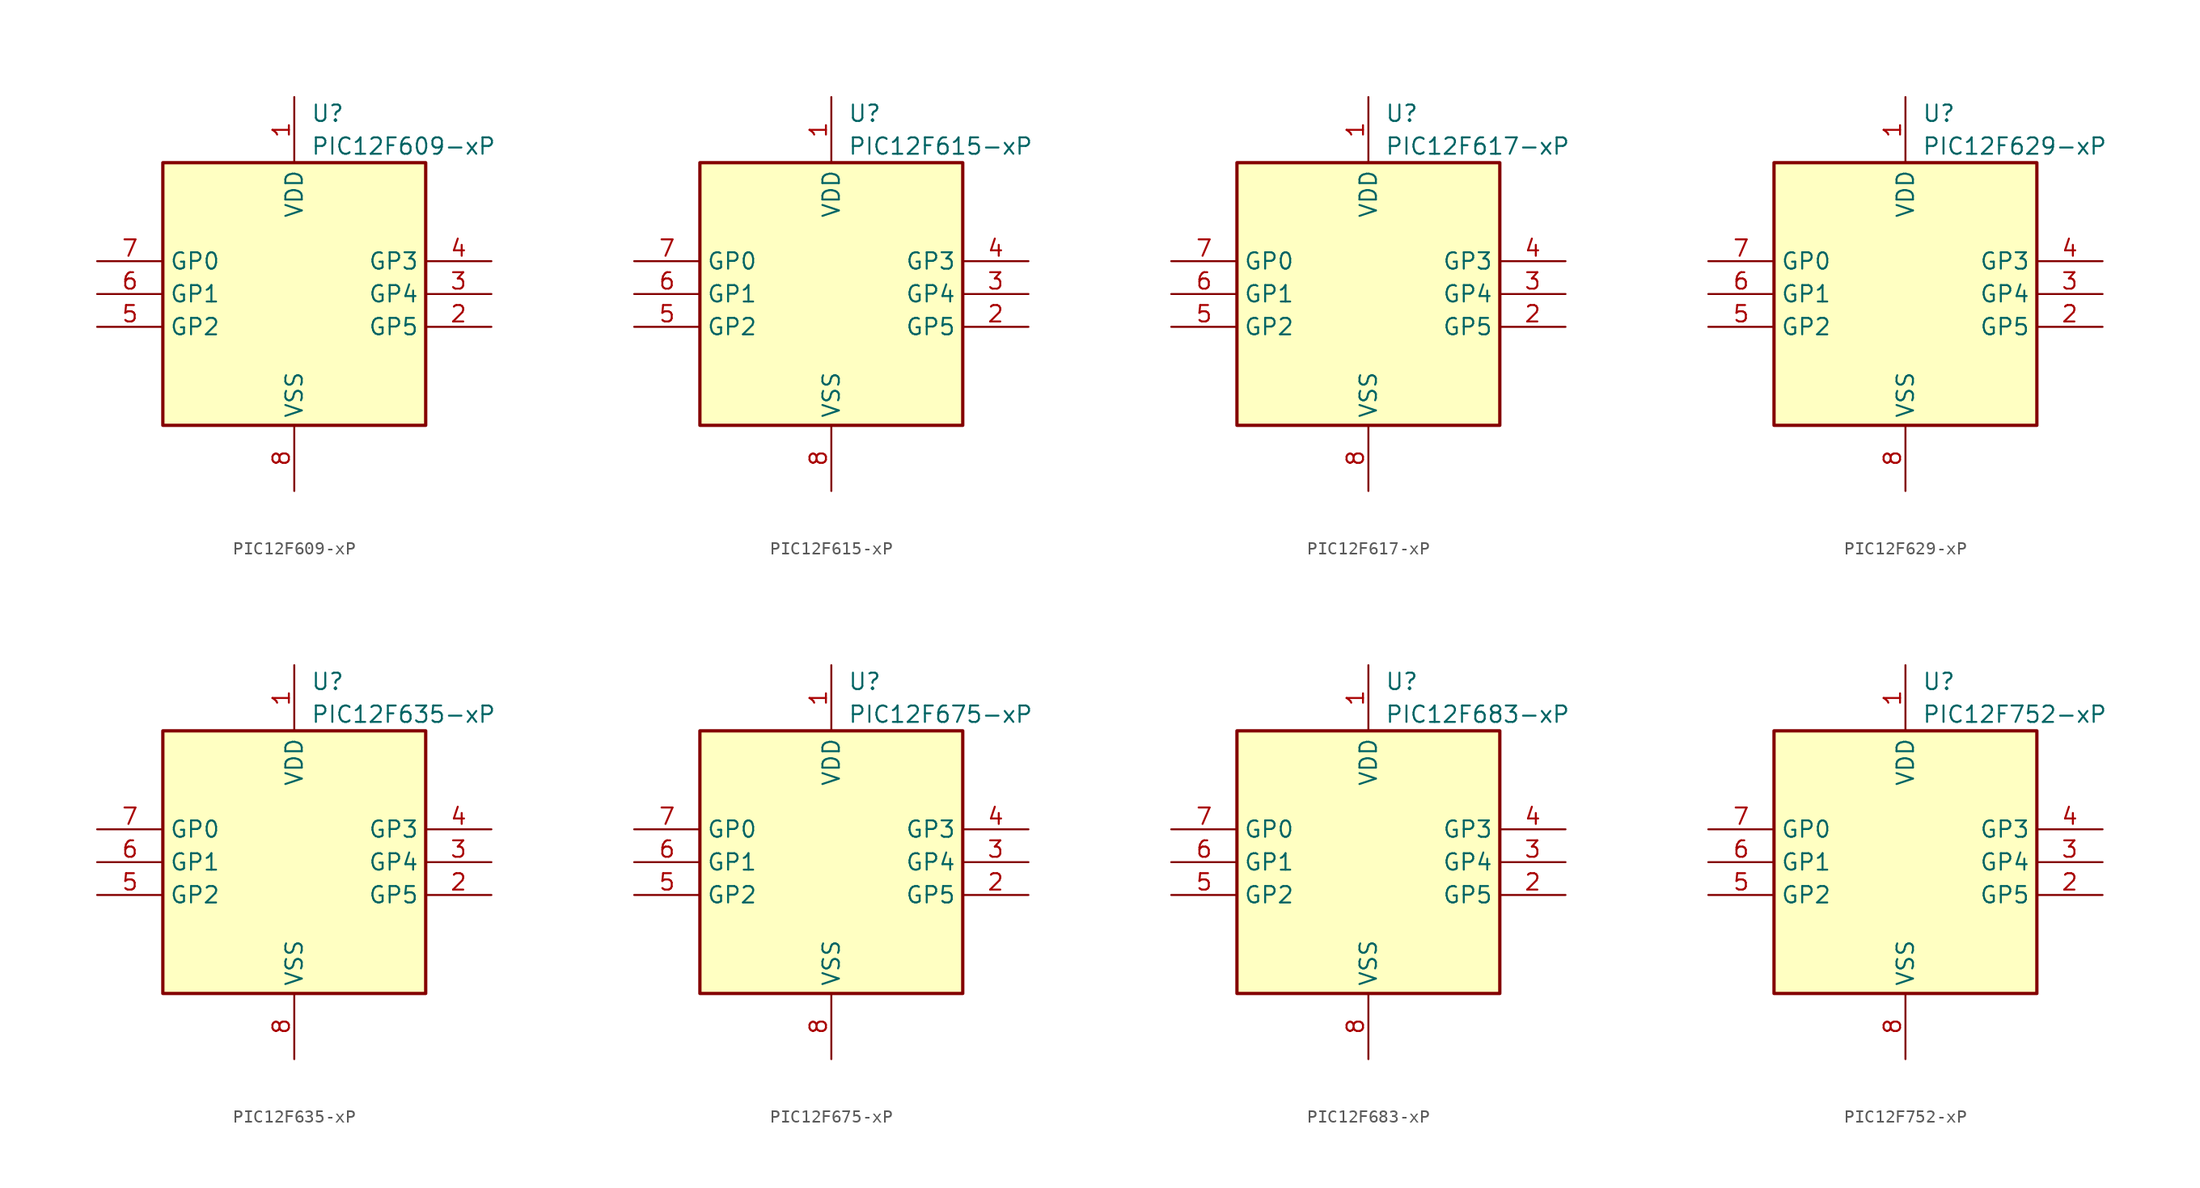
<source format=kicad_sym>
(kicad_symbol_lib
  (version 20231120)
  (generator "kicad_symbol_editor")
  (generator_version "8.0")
  (symbol "PIC12F609-xP"
    (property "Reference" "U"
      (at 1.27 13.97 0)
      (effects (font (size 1.27 1.27)) (justify left)))
    (property "Value" "PIC12F609-xP"
      (at 1.27 11.43 0)
      (effects (font (size 1.27 1.27)) (justify left)))
    (symbol "PIC12F609-xP_0_1"
      (rectangle (start 10.16 -10.16) (end -10.16 10.16) (stroke (width 0.254) (type default)) (fill (type background))))
    (symbol "PIC12F609-xP_1_1"
      (pin power_in line (at 0 15.24 270) (length 5.08) (name "VDD" (effects (font (size 1.27 1.27)))) (number "1" (effects (font (size 1.27 1.27)))))
      (pin bidirectional line (at 15.24 -2.54 180) (length 5.08) (name "GP5" (effects (font (size 1.27 1.27)))) (number "2" (effects (font (size 1.27 1.27)))))
      (pin bidirectional line (at 15.24 0 180) (length 5.08) (name "GP4" (effects (font (size 1.27 1.27)))) (number "3" (effects (font (size 1.27 1.27)))))
      (pin input line (at 15.24 2.54 180) (length 5.08) (name "GP3" (effects (font (size 1.27 1.27)))) (number "4" (effects (font (size 1.27 1.27)))))
      (pin bidirectional line (at -15.24 -2.54 0) (length 5.08) (name "GP2" (effects (font (size 1.27 1.27)))) (number "5" (effects (font (size 1.27 1.27)))))
      (pin bidirectional line (at -15.24 0 0) (length 5.08) (name "GP1" (effects (font (size 1.27 1.27)))) (number "6" (effects (font (size 1.27 1.27)))))
      (pin bidirectional line (at -15.24 2.54 0) (length 5.08) (name "GP0" (effects (font (size 1.27 1.27)))) (number "7" (effects (font (size 1.27 1.27)))))
      (pin power_in line (at 0 -15.24 90) (length 5.08) (name "VSS" (effects (font (size 1.27 1.27)))) (number "8" (effects (font (size 1.27 1.27)))))))
  (symbol "PIC12F615-xP"
    (property "Reference" "U"
      (at 1.27 13.97 0)
      (effects (font (size 1.27 1.27)) (justify left)))
    (property "Value" "PIC12F615-xP"
      (at 1.27 11.43 0)
      (effects (font (size 1.27 1.27)) (justify left)))
    (symbol "PIC12F615-xP_0_1"
      (rectangle (start 10.16 -10.16) (end -10.16 10.16) (stroke (width 0.254) (type default)) (fill (type background))))
    (symbol "PIC12F615-xP_1_1"
      (pin power_in line (at 0 15.24 270) (length 5.08) (name "VDD" (effects (font (size 1.27 1.27)))) (number "1" (effects (font (size 1.27 1.27)))))
      (pin bidirectional line (at 15.24 -2.54 180) (length 5.08) (name "GP5" (effects (font (size 1.27 1.27)))) (number "2" (effects (font (size 1.27 1.27)))))
      (pin bidirectional line (at 15.24 0 180) (length 5.08) (name "GP4" (effects (font (size 1.27 1.27)))) (number "3" (effects (font (size 1.27 1.27)))))
      (pin input line (at 15.24 2.54 180) (length 5.08) (name "GP3" (effects (font (size 1.27 1.27)))) (number "4" (effects (font (size 1.27 1.27)))))
      (pin bidirectional line (at -15.24 -2.54 0) (length 5.08) (name "GP2" (effects (font (size 1.27 1.27)))) (number "5" (effects (font (size 1.27 1.27)))))
      (pin bidirectional line (at -15.24 0 0) (length 5.08) (name "GP1" (effects (font (size 1.27 1.27)))) (number "6" (effects (font (size 1.27 1.27)))))
      (pin bidirectional line (at -15.24 2.54 0) (length 5.08) (name "GP0" (effects (font (size 1.27 1.27)))) (number "7" (effects (font (size 1.27 1.27)))))
      (pin power_in line (at 0 -15.24 90) (length 5.08) (name "VSS" (effects (font (size 1.27 1.27)))) (number "8" (effects (font (size 1.27 1.27)))))))
  (symbol "PIC12F617-xP"
    (property "Reference" "U"
      (at 1.27 13.97 0)
      (effects (font (size 1.27 1.27)) (justify left)))
    (property "Value" "PIC12F617-xP"
      (at 1.27 11.43 0)
      (effects (font (size 1.27 1.27)) (justify left)))
    (symbol "PIC12F617-xP_0_1"
      (rectangle (start 10.16 -10.16) (end -10.16 10.16) (stroke (width 0.254) (type default)) (fill (type background))))
    (symbol "PIC12F617-xP_1_1"
      (pin power_in line (at 0 15.24 270) (length 5.08) (name "VDD" (effects (font (size 1.27 1.27)))) (number "1" (effects (font (size 1.27 1.27)))))
      (pin bidirectional line (at 15.24 -2.54 180) (length 5.08) (name "GP5" (effects (font (size 1.27 1.27)))) (number "2" (effects (font (size 1.27 1.27)))))
      (pin bidirectional line (at 15.24 0 180) (length 5.08) (name "GP4" (effects (font (size 1.27 1.27)))) (number "3" (effects (font (size 1.27 1.27)))))
      (pin input line (at 15.24 2.54 180) (length 5.08) (name "GP3" (effects (font (size 1.27 1.27)))) (number "4" (effects (font (size 1.27 1.27)))))
      (pin bidirectional line (at -15.24 -2.54 0) (length 5.08) (name "GP2" (effects (font (size 1.27 1.27)))) (number "5" (effects (font (size 1.27 1.27)))))
      (pin bidirectional line (at -15.24 0 0) (length 5.08) (name "GP1" (effects (font (size 1.27 1.27)))) (number "6" (effects (font (size 1.27 1.27)))))
      (pin bidirectional line (at -15.24 2.54 0) (length 5.08) (name "GP0" (effects (font (size 1.27 1.27)))) (number "7" (effects (font (size 1.27 1.27)))))
      (pin power_in line (at 0 -15.24 90) (length 5.08) (name "VSS" (effects (font (size 1.27 1.27)))) (number "8" (effects (font (size 1.27 1.27)))))))
  (symbol "PIC12F629-xP"
    (property "Reference" "U"
      (at 1.27 13.97 0)
      (effects (font (size 1.27 1.27)) (justify left)))
    (property "Value" "PIC12F629-xP"
      (at 1.27 11.43 0)
      (effects (font (size 1.27 1.27)) (justify left)))
    (symbol "PIC12F629-xP_0_1"
      (rectangle (start 10.16 -10.16) (end -10.16 10.16) (stroke (width 0.254) (type default)) (fill (type background))))
    (symbol "PIC12F629-xP_1_1"
      (pin power_in line (at 0 15.24 270) (length 5.08) (name "VDD" (effects (font (size 1.27 1.27)))) (number "1" (effects (font (size 1.27 1.27)))))
      (pin bidirectional line (at 15.24 -2.54 180) (length 5.08) (name "GP5" (effects (font (size 1.27 1.27)))) (number "2" (effects (font (size 1.27 1.27)))))
      (pin bidirectional line (at 15.24 0 180) (length 5.08) (name "GP4" (effects (font (size 1.27 1.27)))) (number "3" (effects (font (size 1.27 1.27)))))
      (pin input line (at 15.24 2.54 180) (length 5.08) (name "GP3" (effects (font (size 1.27 1.27)))) (number "4" (effects (font (size 1.27 1.27)))))
      (pin bidirectional line (at -15.24 -2.54 0) (length 5.08) (name "GP2" (effects (font (size 1.27 1.27)))) (number "5" (effects (font (size 1.27 1.27)))))
      (pin bidirectional line (at -15.24 0 0) (length 5.08) (name "GP1" (effects (font (size 1.27 1.27)))) (number "6" (effects (font (size 1.27 1.27)))))
      (pin bidirectional line (at -15.24 2.54 0) (length 5.08) (name "GP0" (effects (font (size 1.27 1.27)))) (number "7" (effects (font (size 1.27 1.27)))))
      (pin power_in line (at 0 -15.24 90) (length 5.08) (name "VSS" (effects (font (size 1.27 1.27)))) (number "8" (effects (font (size 1.27 1.27)))))))
  (symbol "PIC12F635-xP"
    (property "Reference" "U"
      (at 1.27 13.97 0)
      (effects (font (size 1.27 1.27)) (justify left)))
    (property "Value" "PIC12F635-xP"
      (at 1.27 11.43 0)
      (effects (font (size 1.27 1.27)) (justify left)))
    (symbol "PIC12F635-xP_0_1"
      (rectangle (start 10.16 -10.16) (end -10.16 10.16) (stroke (width 0.254) (type default)) (fill (type background))))
    (symbol "PIC12F635-xP_1_1"
      (pin power_in line (at 0 15.24 270) (length 5.08) (name "VDD" (effects (font (size 1.27 1.27)))) (number "1" (effects (font (size 1.27 1.27)))))
      (pin bidirectional line (at 15.24 -2.54 180) (length 5.08) (name "GP5" (effects (font (size 1.27 1.27)))) (number "2" (effects (font (size 1.27 1.27)))))
      (pin bidirectional line (at 15.24 0 180) (length 5.08) (name "GP4" (effects (font (size 1.27 1.27)))) (number "3" (effects (font (size 1.27 1.27)))))
      (pin input line (at 15.24 2.54 180) (length 5.08) (name "GP3" (effects (font (size 1.27 1.27)))) (number "4" (effects (font (size 1.27 1.27)))))
      (pin bidirectional line (at -15.24 -2.54 0) (length 5.08) (name "GP2" (effects (font (size 1.27 1.27)))) (number "5" (effects (font (size 1.27 1.27)))))
      (pin bidirectional line (at -15.24 0 0) (length 5.08) (name "GP1" (effects (font (size 1.27 1.27)))) (number "6" (effects (font (size 1.27 1.27)))))
      (pin bidirectional line (at -15.24 2.54 0) (length 5.08) (name "GP0" (effects (font (size 1.27 1.27)))) (number "7" (effects (font (size 1.27 1.27)))))
      (pin power_in line (at 0 -15.24 90) (length 5.08) (name "VSS" (effects (font (size 1.27 1.27)))) (number "8" (effects (font (size 1.27 1.27)))))))
  (symbol "PIC12F675-xP"
    (property "Reference" "U"
      (at 1.27 13.97 0)
      (effects (font (size 1.27 1.27)) (justify left)))
    (property "Value" "PIC12F675-xP"
      (at 1.27 11.43 0)
      (effects (font (size 1.27 1.27)) (justify left)))
    (symbol "PIC12F675-xP_0_1"
      (rectangle (start 10.16 -10.16) (end -10.16 10.16) (stroke (width 0.254) (type default)) (fill (type background))))
    (symbol "PIC12F675-xP_1_1"
      (pin power_in line (at 0 15.24 270) (length 5.08) (name "VDD" (effects (font (size 1.27 1.27)))) (number "1" (effects (font (size 1.27 1.27)))))
      (pin bidirectional line (at 15.24 -2.54 180) (length 5.08) (name "GP5" (effects (font (size 1.27 1.27)))) (number "2" (effects (font (size 1.27 1.27)))))
      (pin bidirectional line (at 15.24 0 180) (length 5.08) (name "GP4" (effects (font (size 1.27 1.27)))) (number "3" (effects (font (size 1.27 1.27)))))
      (pin input line (at 15.24 2.54 180) (length 5.08) (name "GP3" (effects (font (size 1.27 1.27)))) (number "4" (effects (font (size 1.27 1.27)))))
      (pin bidirectional line (at -15.24 -2.54 0) (length 5.08) (name "GP2" (effects (font (size 1.27 1.27)))) (number "5" (effects (font (size 1.27 1.27)))))
      (pin bidirectional line (at -15.24 0 0) (length 5.08) (name "GP1" (effects (font (size 1.27 1.27)))) (number "6" (effects (font (size 1.27 1.27)))))
      (pin bidirectional line (at -15.24 2.54 0) (length 5.08) (name "GP0" (effects (font (size 1.27 1.27)))) (number "7" (effects (font (size 1.27 1.27)))))
      (pin power_in line (at 0 -15.24 90) (length 5.08) (name "VSS" (effects (font (size 1.27 1.27)))) (number "8" (effects (font (size 1.27 1.27)))))))
  (symbol "PIC12F683-xP"
    (property "Reference" "U"
      (at 1.27 13.97 0)
      (effects (font (size 1.27 1.27)) (justify left)))
    (property "Value" "PIC12F683-xP"
      (at 1.27 11.43 0)
      (effects (font (size 1.27 1.27)) (justify left)))
    (symbol "PIC12F683-xP_0_1"
      (rectangle (start 10.16 -10.16) (end -10.16 10.16) (stroke (width 0.254) (type default)) (fill (type background))))
    (symbol "PIC12F683-xP_1_1"
      (pin power_in line (at 0 15.24 270) (length 5.08) (name "VDD" (effects (font (size 1.27 1.27)))) (number "1" (effects (font (size 1.27 1.27)))))
      (pin bidirectional line (at 15.24 -2.54 180) (length 5.08) (name "GP5" (effects (font (size 1.27 1.27)))) (number "2" (effects (font (size 1.27 1.27)))))
      (pin bidirectional line (at 15.24 0 180) (length 5.08) (name "GP4" (effects (font (size 1.27 1.27)))) (number "3" (effects (font (size 1.27 1.27)))))
      (pin input line (at 15.24 2.54 180) (length 5.08) (name "GP3" (effects (font (size 1.27 1.27)))) (number "4" (effects (font (size 1.27 1.27)))))
      (pin bidirectional line (at -15.24 -2.54 0) (length 5.08) (name "GP2" (effects (font (size 1.27 1.27)))) (number "5" (effects (font (size 1.27 1.27)))))
      (pin bidirectional line (at -15.24 0 0) (length 5.08) (name "GP1" (effects (font (size 1.27 1.27)))) (number "6" (effects (font (size 1.27 1.27)))))
      (pin bidirectional line (at -15.24 2.54 0) (length 5.08) (name "GP0" (effects (font (size 1.27 1.27)))) (number "7" (effects (font (size 1.27 1.27)))))
      (pin power_in line (at 0 -15.24 90) (length 5.08) (name "VSS" (effects (font (size 1.27 1.27)))) (number "8" (effects (font (size 1.27 1.27)))))))
  (symbol "PIC12F752-xP"
    (property "Reference" "U"
      (at 1.27 13.97 0)
      (effects (font (size 1.27 1.27)) (justify left)))
    (property "Value" "PIC12F752-xP"
      (at 1.27 11.43 0)
      (effects (font (size 1.27 1.27)) (justify left)))
    (symbol "PIC12F752-xP_0_1"
      (rectangle (start 10.16 -10.16) (end -10.16 10.16) (stroke (width 0.254) (type default)) (fill (type background))))
    (symbol "PIC12F752-xP_1_1"
      (pin power_in line (at 0 15.24 270) (length 5.08) (name "VDD" (effects (font (size 1.27 1.27)))) (number "1" (effects (font (size 1.27 1.27)))))
      (pin bidirectional line (at 15.24 -2.54 180) (length 5.08) (name "GP5" (effects (font (size 1.27 1.27)))) (number "2" (effects (font (size 1.27 1.27)))))
      (pin bidirectional line (at 15.24 0 180) (length 5.08) (name "GP4" (effects (font (size 1.27 1.27)))) (number "3" (effects (font (size 1.27 1.27)))))
      (pin input line (at 15.24 2.54 180) (length 5.08) (name "GP3" (effects (font (size 1.27 1.27)))) (number "4" (effects (font (size 1.27 1.27)))))
      (pin bidirectional line (at -15.24 -2.54 0) (length 5.08) (name "GP2" (effects (font (size 1.27 1.27)))) (number "5" (effects (font (size 1.27 1.27)))))
      (pin bidirectional line (at -15.24 0 0) (length 5.08) (name "GP1" (effects (font (size 1.27 1.27)))) (number "6" (effects (font (size 1.27 1.27)))))
      (pin bidirectional line (at -15.24 2.54 0) (length 5.08) (name "GP0" (effects (font (size 1.27 1.27)))) (number "7" (effects (font (size 1.27 1.27)))))
      (pin power_in line (at 0 -15.24 90) (length 5.08) (name "VSS" (effects (font (size 1.27 1.27)))) (number "8" (effects (font (size 1.27 1.27))))))))
</source>
